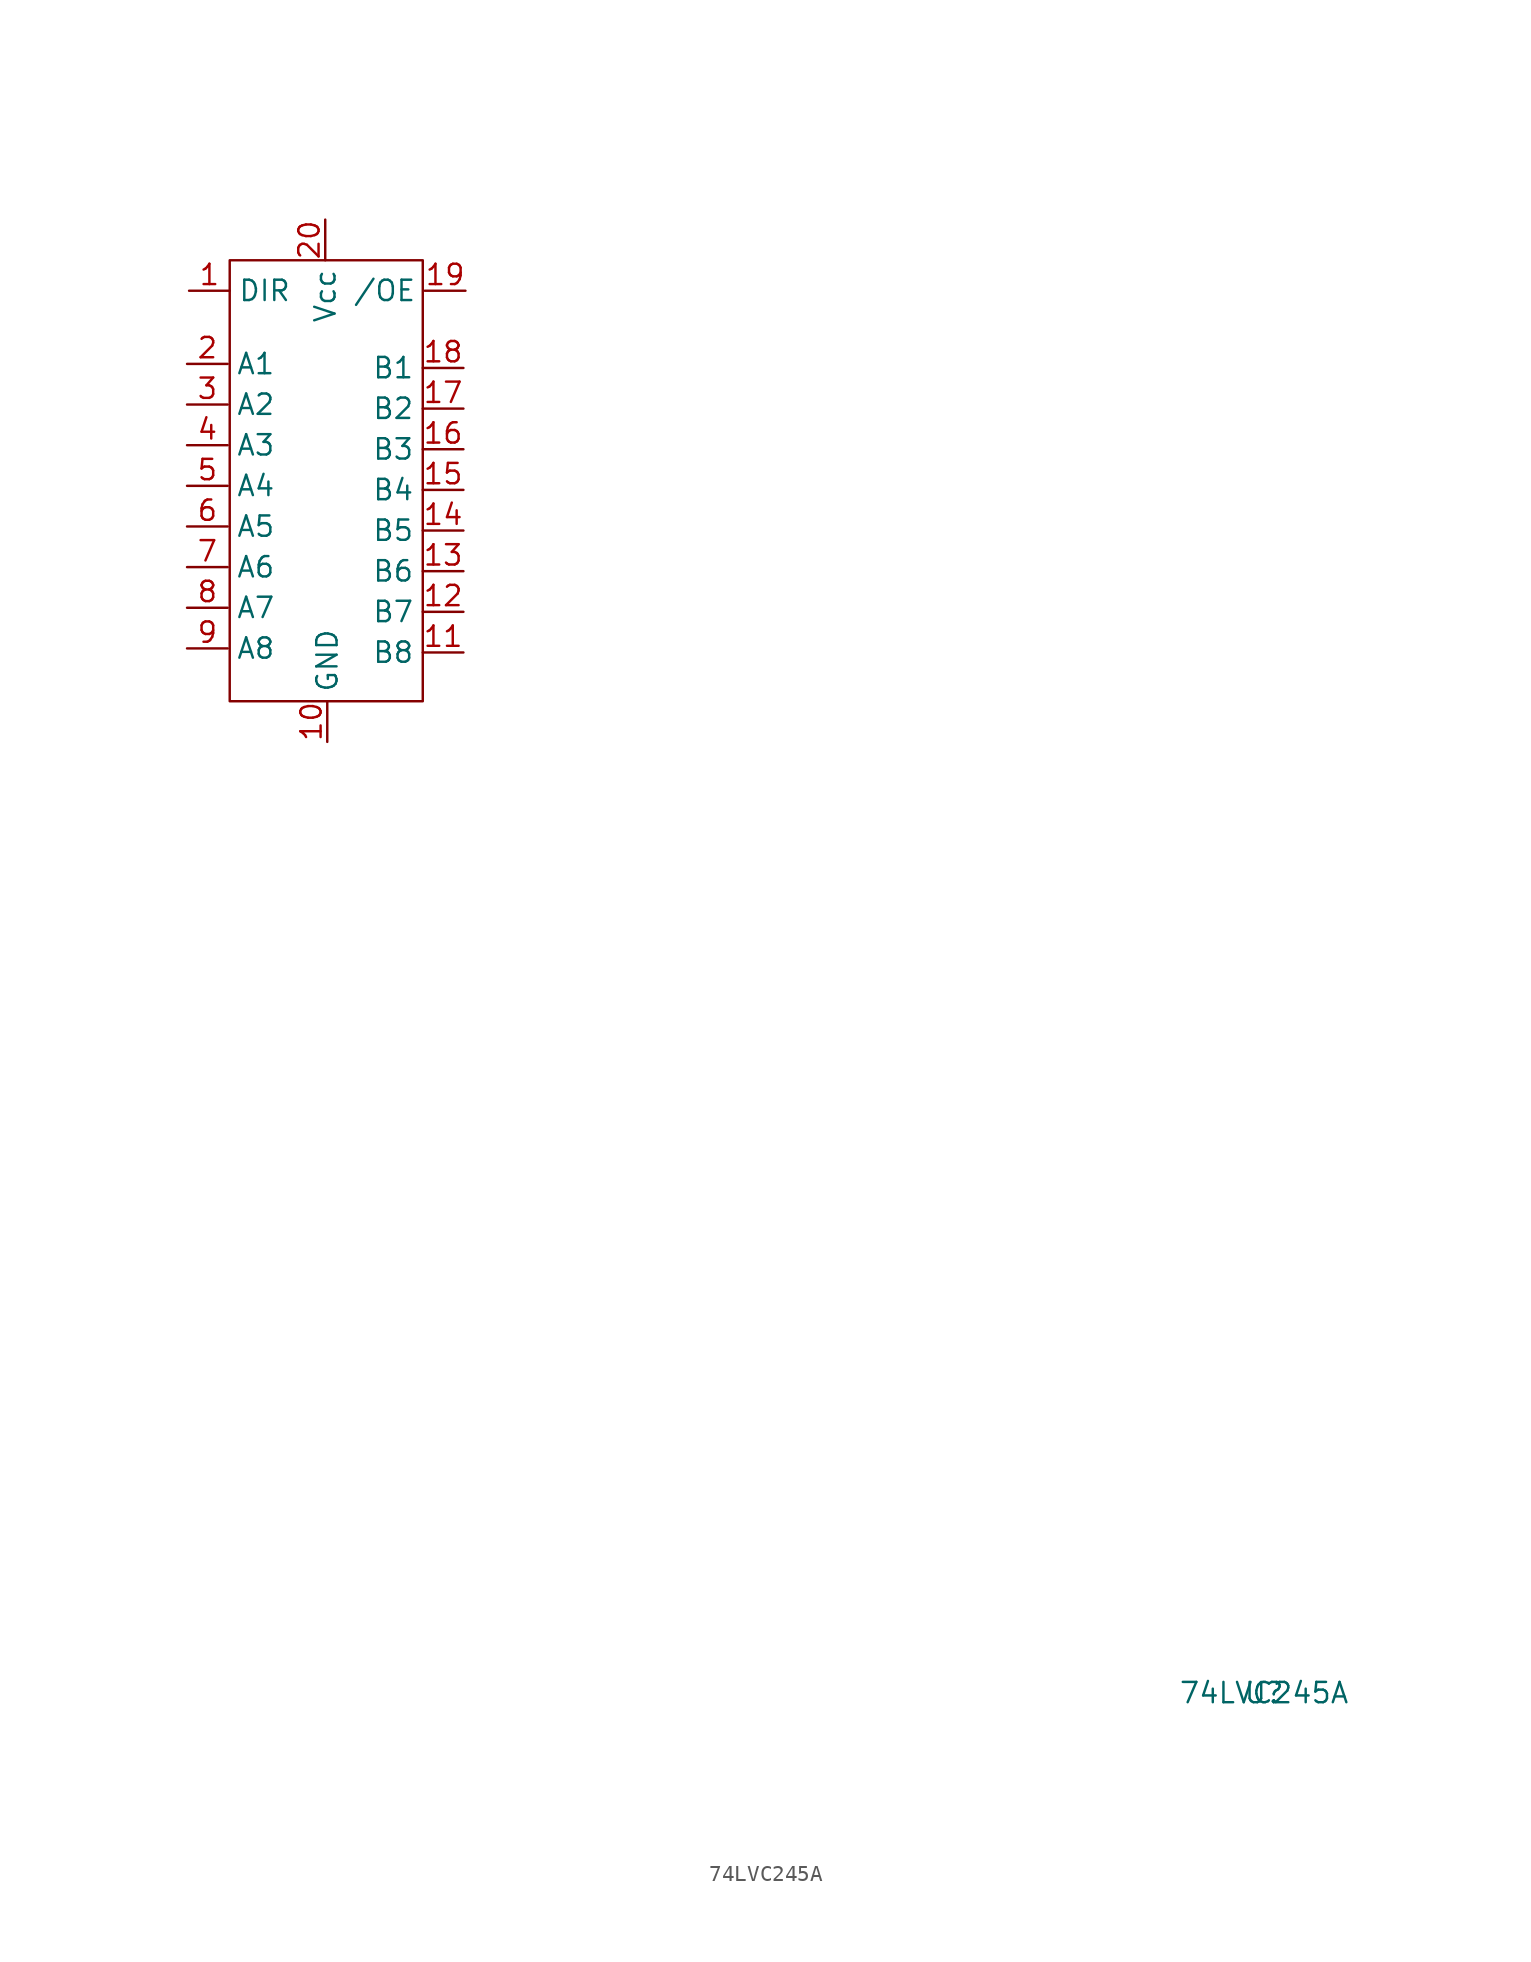
<source format=kicad_sym>
(kicad_symbol_lib
  (version 20211014)
  (generator kicad_symbol_editor)
  (symbol "74LVC245A"
    (property "Reference" "U"
      (at 0 0 0)
      (effects (font (size 1.27 1.27))))
    (property "Value" "74LVC245A"
      (at 0 0 0)
      (effects (font (size 1.27 1.27))))
    (symbol "74LVC245A_0_1"
      (rectangle (start -64.643 89.535) (end -52.578 61.976) (stroke (width 0) (type default) (color 0 0 0 0)) (fill (type none))))
    (symbol "74LVC245A_1_1"
      (pin input line (at -67.183 87.63 0) (length 2.54) (name "DIR" (effects (font (size 1.27 1.27)))) (number "1" (effects (font (size 1.27 1.27)))))
      (pin power_in line (at -58.547 59.436 90) (length 2.54) (name "GND" (effects (font (size 1.27 1.27)))) (number "10" (effects (font (size 1.27 1.27)))))
      (pin bidirectional line (at -50.038 65.024 180) (length 2.54) (name "B8" (effects (font (size 1.27 1.27)))) (number "11" (effects (font (size 1.27 1.27)))))
      (pin bidirectional line (at -50.038 67.564 180) (length 2.54) (name "B7" (effects (font (size 1.27 1.27)))) (number "12" (effects (font (size 1.27 1.27)))))
      (pin bidirectional line (at -50.038 70.104 180) (length 2.54) (name "B6" (effects (font (size 1.27 1.27)))) (number "13" (effects (font (size 1.27 1.27)))))
      (pin bidirectional line (at -50.038 72.644 180) (length 2.54) (name "B5" (effects (font (size 1.27 1.27)))) (number "14" (effects (font (size 1.27 1.27)))))
      (pin bidirectional line (at -50.038 75.184 180) (length 2.54) (name "B4" (effects (font (size 1.27 1.27)))) (number "15" (effects (font (size 1.27 1.27)))))
      (pin bidirectional line (at -50.038 77.724 180) (length 2.54) (name "B3" (effects (font (size 1.27 1.27)))) (number "16" (effects (font (size 1.27 1.27)))))
      (pin bidirectional line (at -50.038 80.264 180) (length 2.54) (name "B2" (effects (font (size 1.27 1.27)))) (number "17" (effects (font (size 1.27 1.27)))))
      (pin bidirectional line (at -50.038 82.804 180) (length 2.54) (name "B1" (effects (font (size 1.27 1.27)))) (number "18" (effects (font (size 1.27 1.27)))))
      (pin input line (at -49.911 87.63 180) (length 2.54) (name "/OE" (effects (font (size 1.27 1.27)))) (number "19" (effects (font (size 1.27 1.27)))))
      (pin bidirectional line (at -67.31 83.058 0) (length 2.54) (name "A1" (effects (font (size 1.27 1.27)))) (number "2" (effects (font (size 1.27 1.27)))))
      (pin power_in line (at -58.674 92.075 270) (length 2.54) (name "Vcc" (effects (font (size 1.27 1.27)))) (number "20" (effects (font (size 1.27 1.27)))))
      (pin bidirectional line (at -67.31 80.518 0) (length 2.54) (name "A2" (effects (font (size 1.27 1.27)))) (number "3" (effects (font (size 1.27 1.27)))))
      (pin bidirectional line (at -67.31 77.978 0) (length 2.54) (name "A3" (effects (font (size 1.27 1.27)))) (number "4" (effects (font (size 1.27 1.27)))))
      (pin bidirectional line (at -67.31 75.438 0) (length 2.54) (name "A4" (effects (font (size 1.27 1.27)))) (number "5" (effects (font (size 1.27 1.27)))))
      (pin bidirectional line (at -67.31 72.898 0) (length 2.54) (name "A5" (effects (font (size 1.27 1.27)))) (number "6" (effects (font (size 1.27 1.27)))))
      (pin bidirectional line (at -67.31 70.358 0) (length 2.54) (name "A6" (effects (font (size 1.27 1.27)))) (number "7" (effects (font (size 1.27 1.27)))))
      (pin bidirectional line (at -67.31 67.818 0) (length 2.54) (name "A7" (effects (font (size 1.27 1.27)))) (number "8" (effects (font (size 1.27 1.27)))))
      (pin bidirectional line (at -67.31 65.278 0) (length 2.54) (name "A8" (effects (font (size 1.27 1.27)))) (number "9" (effects (font (size 1.27 1.27))))))))
</source>
